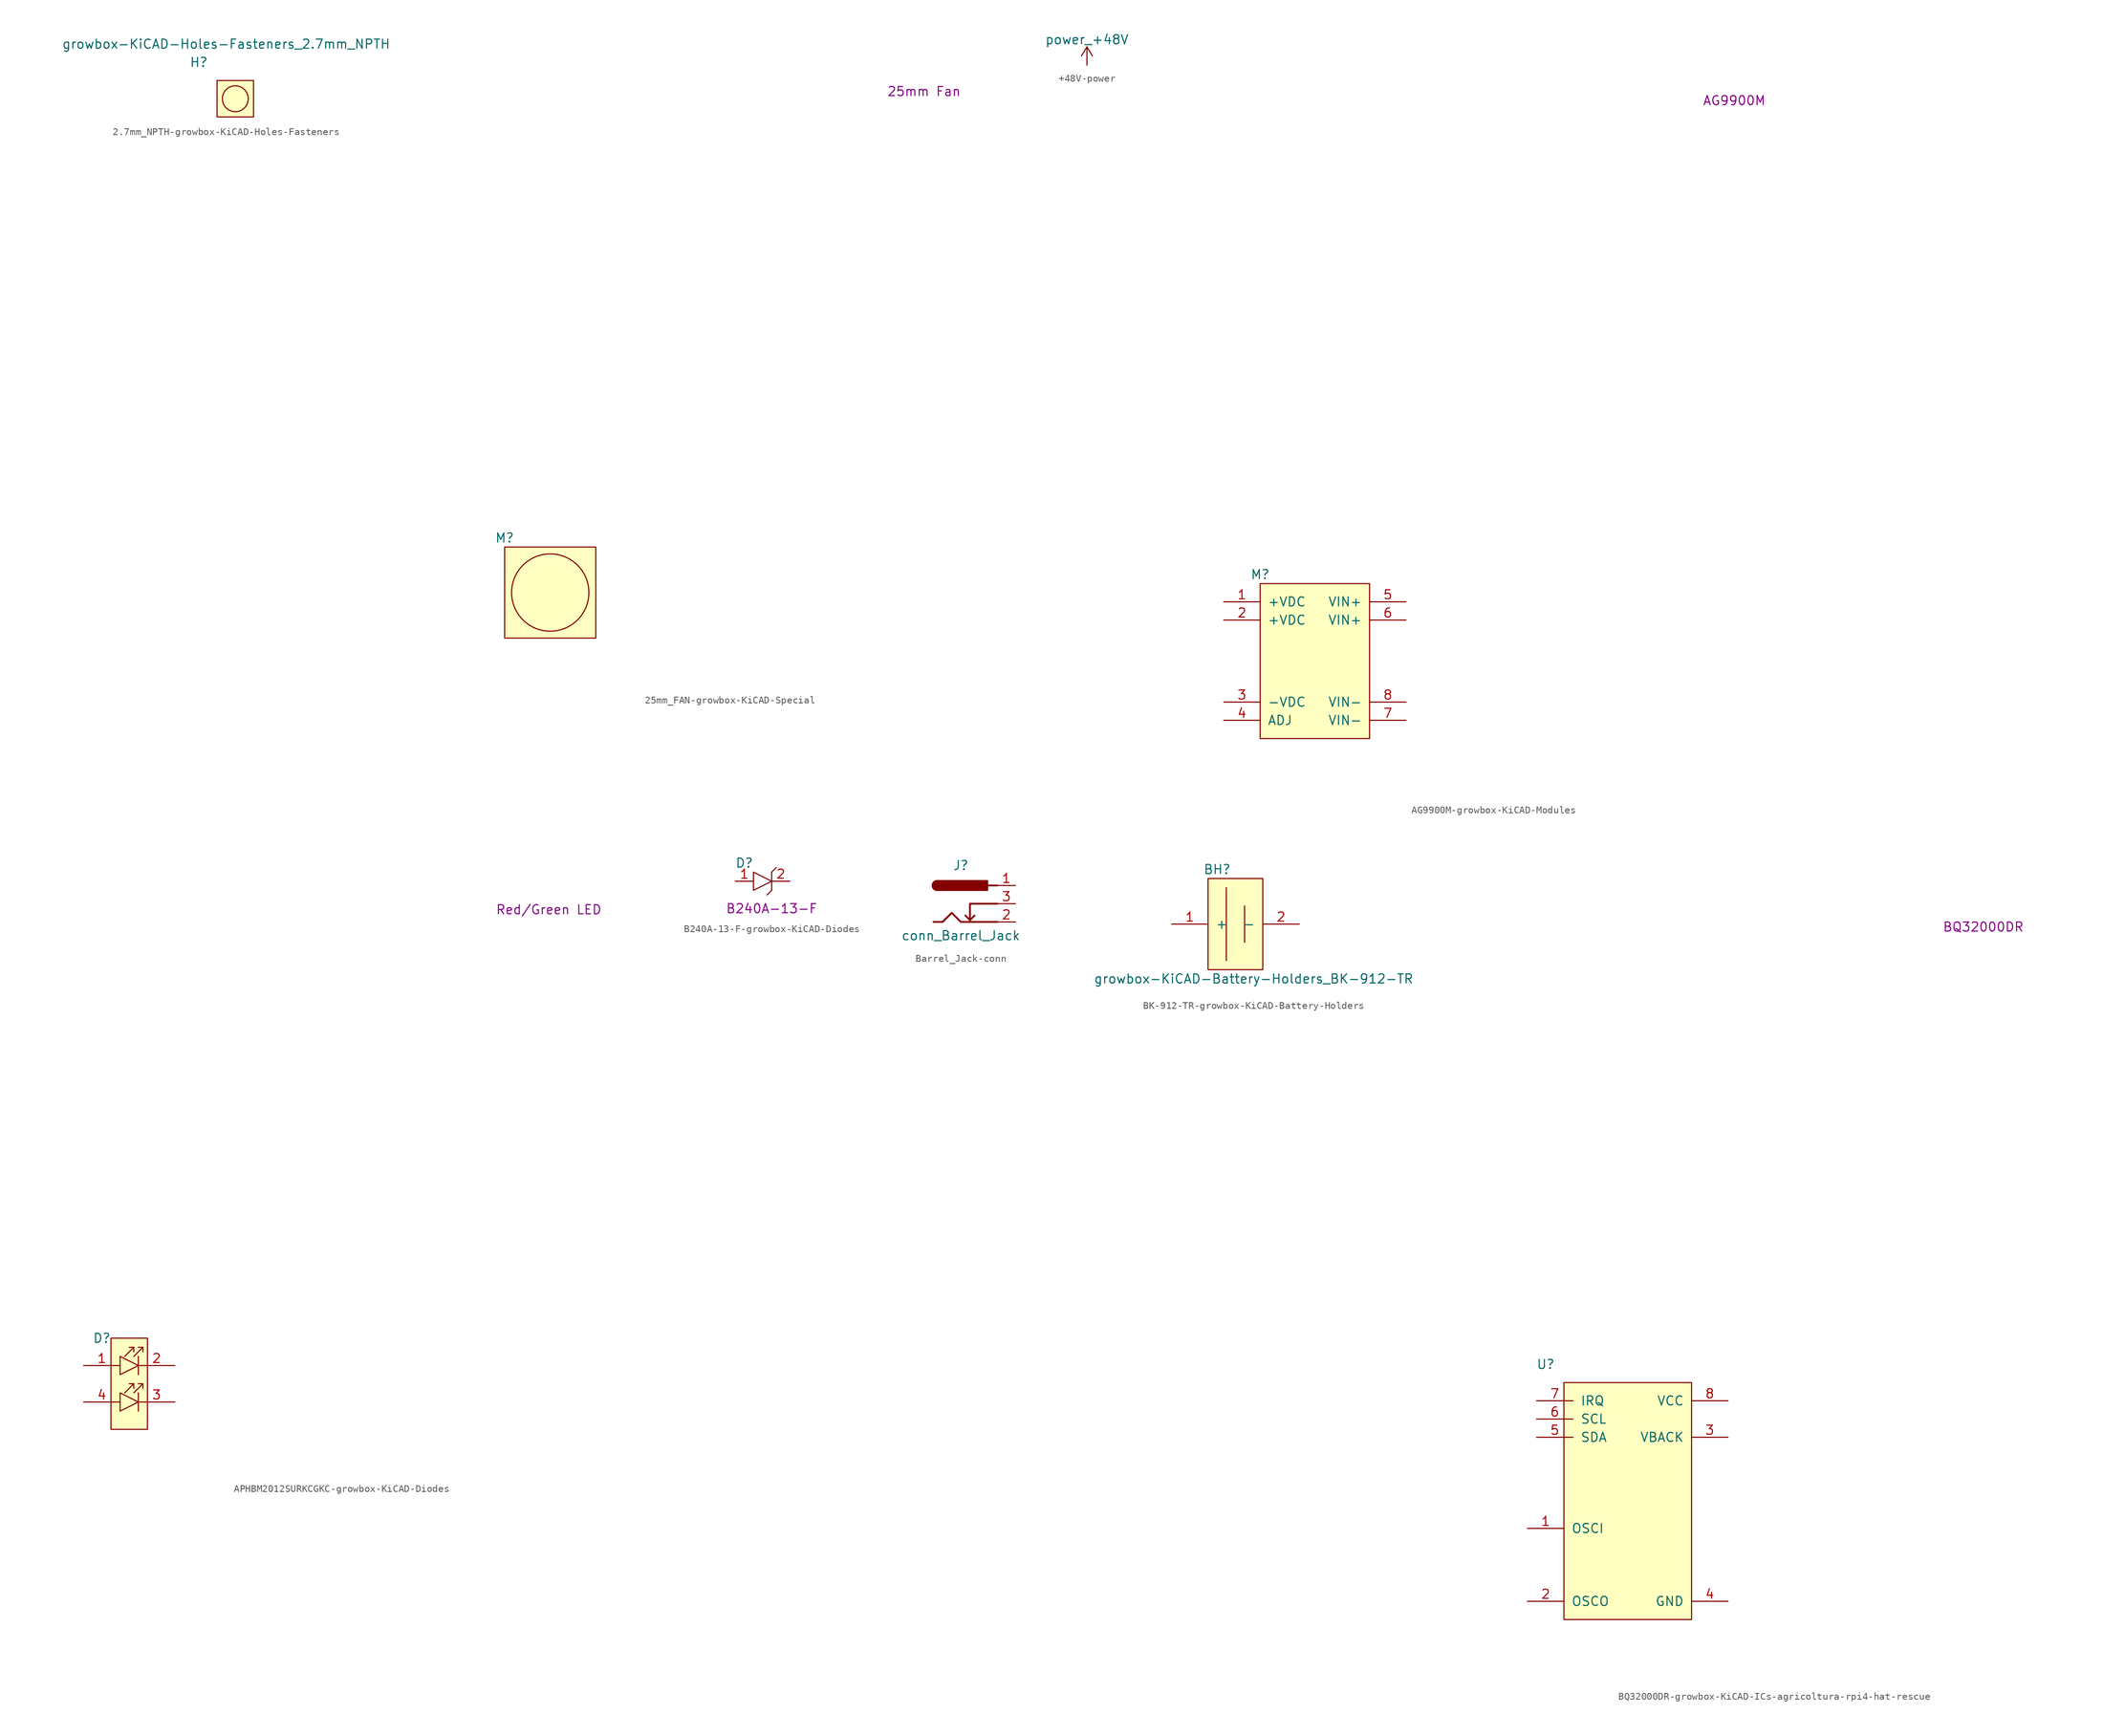
<source format=kicad_sym>
(kicad_symbol_lib
  (version 20231120)
  (generator "kicad_symbol_editor")
  (generator_version "8.0")
  (symbol "2.7mm_NPTH-growbox-KiCAD-Holes-Fasteners"
    (pin_names
      (offset 1.016))
    (property "Reference" "H"
      (at -2.54 2.54 0)
      (effects (font (size 1.27 1.27))))
    (property "Value" "growbox-KiCAD-Holes-Fasteners_2.7mm_NPTH"
      (at 1.27 5.08 0)
      (effects (font (size 1.27 1.27))))
    (symbol "2.7mm_NPTH-growbox-KiCAD-Holes-Fasteners_0_1"
      (rectangle (start 0 0) (end 5.08 -5.08) (stroke (width 0) (type solid)) (fill (type background)))
      (circle (center 2.54 -2.54) (radius 1.803) (stroke (width 0) (type solid)) (fill (type none)))))
  (symbol "25mm_FAN-growbox-KiCAD-Special"
    (pin_names
      (offset 1.016))
    (property "Reference" "M"
      (at 0 1.27 0)
      (effects (font (size 1.27 1.27))))
    (property "_Value_" "25mm Fan"
      (at 58.42 63.5 0)
      (effects (font (size 1.27 1.27))))
    (symbol "25mm_FAN-growbox-KiCAD-Special_0_1"
      (rectangle (start 0 0) (end 12.7 -12.7) (stroke (width 0) (type solid)) (fill (type background)))
      (circle (center 6.35 -6.35) (radius 5.385) (stroke (width 0) (type solid)) (fill (type none)))))
  (symbol "+48V-power"
    (power)
    (pin_names
      (offset 0))
    (property "Reference" "#PWR"
      (at 0 -3.81 0)
      (effects (font (size 1.27 1.27)) (hide yes)))
    (property "Value" "power_+48V"
      (at 0 3.556 0)
      (effects (font (size 1.27 1.27))))
    (symbol "+48V-power_0_1"
      (polyline (pts (xy -0.762 1.27) (xy 0 2.54)) (stroke (width 0) (type solid)) (fill (type none)))
      (polyline (pts (xy 0 0) (xy 0 2.54)) (stroke (width 0) (type solid)) (fill (type none)))
      (polyline (pts (xy 0 2.54) (xy 0.762 1.27)) (stroke (width 0) (type solid)) (fill (type none))))
    (symbol "+48V-power_1_1"
      (pin power_in line (at 0 0 90) (length 0) hide (name "+48V" (effects (font (size 1.27 1.27)))) (number "1" (effects (font (size 1.27 1.27)))))))
  (symbol "AG9900M-growbox-KiCAD-Modules"
    (pin_names
      (offset 1.016))
    (property "Reference" "M"
      (at -7.62 -2.54 0)
      (effects (font (size 1.27 1.27))))
    (property "_Value_" "AG9900M"
      (at 58.42 63.5 0)
      (effects (font (size 1.27 1.27))))
    (symbol "AG9900M-growbox-KiCAD-Modules_0_1"
      (rectangle (start -7.62 -3.81) (end 7.62 -25.4) (stroke (width 0) (type solid)) (fill (type background))))
    (symbol "AG9900M-growbox-KiCAD-Modules_1_1"
      (pin power_out line (at -12.7 -6.35 0) (length 5.08) (name "+VDC" (effects (font (size 1.27 1.27)))) (number "1" (effects (font (size 1.27 1.27)))))
      (pin power_out line (at -12.7 -8.89 0) (length 5.08) (name "+VDC" (effects (font (size 1.27 1.27)))) (number "2" (effects (font (size 1.27 1.27)))))
      (pin power_in line (at -12.7 -20.32 0) (length 5.08) (name "-VDC" (effects (font (size 1.27 1.27)))) (number "3" (effects (font (size 1.27 1.27)))))
      (pin input line (at -12.7 -22.86 0) (length 5.08) (name "ADJ" (effects (font (size 1.27 1.27)))) (number "4" (effects (font (size 1.27 1.27)))))
      (pin power_in line (at 12.7 -6.35 180) (length 5.08) (name "VIN+" (effects (font (size 1.27 1.27)))) (number "5" (effects (font (size 1.27 1.27)))))
      (pin power_in line (at 12.7 -8.89 180) (length 5.08) (name "VIN+" (effects (font (size 1.27 1.27)))) (number "6" (effects (font (size 1.27 1.27)))))
      (pin power_in line (at 12.7 -22.86 180) (length 5.08) (name "VIN-" (effects (font (size 1.27 1.27)))) (number "7" (effects (font (size 1.27 1.27)))))
      (pin power_in line (at 12.7 -20.32 180) (length 5.08) (name "VIN-" (effects (font (size 1.27 1.27)))) (number "8" (effects (font (size 1.27 1.27)))))))
  (symbol "APHBM2012SURKCGKC-growbox-KiCAD-Diodes"
    (pin_names
      (offset 1.016))
    (property "Reference" "D"
      (at -3.81 3.81 0)
      (effects (font (size 1.27 1.27))))
    (property "_Value_" "Red/Green LED"
      (at 58.42 63.5 0)
      (effects (font (size 1.27 1.27))))
    (symbol "APHBM2012SURKCGKC-growbox-KiCAD-Diodes_0_1"
      (rectangle (start -2.54 3.81) (end 2.54 -8.89) (stroke (width 0) (type solid)) (fill (type background)))
      (polyline (pts (xy -0.635 1.27) (xy 0.635 2.54)) (stroke (width 0) (type solid)) (fill (type none)))
      (polyline (pts (xy 0.635 2.54) (xy 0 2.54)) (stroke (width 0) (type solid)) (fill (type none)))
      (polyline (pts (xy 0.635 2.54) (xy 0.635 1.905)) (stroke (width 0) (type solid)) (fill (type none)))
      (polyline (pts (xy 1.27 -1.27) (xy 1.27 1.27)) (stroke (width 0) (type solid)) (fill (type none)))
      (polyline (pts (xy 1.905 2.54) (xy 1.905 1.905)) (stroke (width 0) (type solid)) (fill (type none)))
      (polyline (pts (xy 0.635 1.27) (xy 1.905 2.54) (xy 1.27 2.54)) (stroke (width 0) (type solid)) (fill (type none)))
      (polyline (pts (xy -1.27 1.27) (xy -1.27 -1.27) (xy 1.27 0) (xy -1.27 1.27)) (stroke (width 0) (type solid)) (fill (type none))))
    (symbol "APHBM2012SURKCGKC-growbox-KiCAD-Diodes_1_1"
      (polyline (pts (xy -0.635 -3.81) (xy 0.635 -2.54)) (stroke (width 0) (type solid)) (fill (type none)))
      (polyline (pts (xy 0.635 -2.54) (xy 0 -2.54)) (stroke (width 0) (type solid)) (fill (type none)))
      (polyline (pts (xy 0.635 -2.54) (xy 0.635 -3.175)) (stroke (width 0) (type solid)) (fill (type none)))
      (polyline (pts (xy 1.27 -6.35) (xy 1.27 -3.81)) (stroke (width 0) (type solid)) (fill (type none)))
      (polyline (pts (xy 1.905 -2.54) (xy 1.905 -3.175)) (stroke (width 0) (type solid)) (fill (type none)))
      (polyline (pts (xy 0.635 -3.81) (xy 1.905 -2.54) (xy 1.27 -2.54)) (stroke (width 0) (type solid)) (fill (type none)))
      (polyline (pts (xy -1.27 -3.81) (xy -1.27 -6.35) (xy 1.27 -5.08) (xy -1.27 -3.81)) (stroke (width 0) (type solid)) (fill (type none)))
      (pin passive line (at -6.35 0 0) (length 5.08) (name "~" (effects (font (size 1.27 1.27)))) (number "1" (effects (font (size 1.27 1.27)))))
      (pin passive line (at 6.35 0 180) (length 5.08) (name "~" (effects (font (size 1.27 1.27)))) (number "2" (effects (font (size 1.27 1.27)))))
      (pin passive line (at 6.35 -5.08 180) (length 5.08) (name "~" (effects (font (size 1.27 1.27)))) (number "3" (effects (font (size 1.27 1.27)))))
      (pin passive line (at -6.35 -5.08 0) (length 5.08) (name "~" (effects (font (size 1.27 1.27)))) (number "4" (effects (font (size 1.27 1.27)))))))
  (symbol "B240A-13-F-growbox-KiCAD-Diodes"
    (pin_names
      (offset 1.016))
    (property "Reference" "D"
      (at -2.54 2.54 0)
      (effects (font (size 1.27 1.27))))
    (property "_Value_" "B240A-13-F"
      (at 1.27 -3.81 0)
      (effects (font (size 1.27 1.27))))
    (symbol "B240A-13-F-growbox-KiCAD-Diodes_0_1"
      (polyline (pts (xy 1.27 -1.27) (xy 0.635 -1.905)) (stroke (width 0) (type solid)) (fill (type none)))
      (polyline (pts (xy 1.27 1.27) (xy 1.27 -1.27)) (stroke (width 0) (type solid)) (fill (type none)))
      (polyline (pts (xy 1.27 1.27) (xy 1.905 1.905)) (stroke (width 0) (type solid)) (fill (type none)))
      (polyline (pts (xy -1.27 1.27) (xy -1.27 -1.27) (xy 1.27 0) (xy -1.27 1.27)) (stroke (width 0) (type solid)) (fill (type none))))
    (symbol "B240A-13-F-growbox-KiCAD-Diodes_1_1"
      (pin passive line (at -3.81 0 0) (length 2.54) (name "~" (effects (font (size 1.27 1.27)))) (number "1" (effects (font (size 1.27 1.27)))))
      (pin passive line (at 3.81 0 180) (length 2.54) (name "~" (effects (font (size 1.27 1.27)))) (number "2" (effects (font (size 1.27 1.27)))))))
  (symbol "Barrel_Jack-conn"
    (pin_names
      (offset 1.016))
    (property "Reference" "J"
      (at 0 5.334 0)
      (effects (font (size 1.27 1.27))))
    (property "Value" "conn_Barrel_Jack"
      (at 0 -4.445 0)
      (effects (font (size 1.27 1.27))))
    (symbol "Barrel_Jack-conn_0_1"
      (arc (start -3.302 3.175) (mid -3.937 2.54) (end -3.302 1.905) (stroke (width 0.254) (type solid)) (fill (type none)))
      (arc (start -3.302 3.175) (mid -3.937 2.54) (end -3.302 1.905) (stroke (width 0.254) (type solid)) (fill (type outline)))
      (polyline (pts (xy 1.27 -2.286) (xy 1.905 -1.651)) (stroke (width 0.254) (type solid)) (fill (type none)))
      (polyline (pts (xy 5.08 2.54) (xy 3.81 2.54)) (stroke (width 0.254) (type solid)) (fill (type none)))
      (polyline (pts (xy 5.08 0) (xy 1.27 0) (xy 1.27 -2.286) (xy 0.635 -1.651)) (stroke (width 0.254) (type solid)) (fill (type none)))
      (polyline (pts (xy -3.81 -2.54) (xy -2.54 -2.54) (xy -1.27 -1.27) (xy 0 -2.54) (xy 2.54 -2.54) (xy 5.08 -2.54)) (stroke (width 0.254) (type solid)) (fill (type none)))
      (rectangle (start 3.683 3.175) (end -3.302 1.905) (stroke (width 0.254) (type solid)) (fill (type outline))))
    (symbol "Barrel_Jack-conn_1_1"
      (pin passive line (at 7.62 2.54 180) (length 2.54) (name "~" (effects (font (size 1.27 1.27)))) (number "1" (effects (font (size 1.27 1.27)))))
      (pin passive line (at 7.62 -2.54 180) (length 2.54) (name "~" (effects (font (size 1.27 1.27)))) (number "2" (effects (font (size 1.27 1.27)))))
      (pin passive line (at 7.62 0 180) (length 2.54) (name "~" (effects (font (size 1.27 1.27)))) (number "3" (effects (font (size 1.27 1.27)))))))
  (symbol "BK-912-TR-growbox-KiCAD-Battery-Holders"
    (pin_names
      (offset 1.016))
    (property "Reference" "BH"
      (at -2.54 6.35 0)
      (effects (font (size 1.27 1.27))))
    (property "Value" "growbox-KiCAD-Battery-Holders_BK-912-TR"
      (at 2.54 -8.89 0)
      (effects (font (size 1.27 1.27))))
    (symbol "BK-912-TR-growbox-KiCAD-Battery-Holders_0_1"
      (rectangle (start -3.81 5.08) (end 3.81 -7.62) (stroke (width 0) (type solid)) (fill (type background)))
      (polyline (pts (xy -1.27 3.81) (xy -1.27 -6.35)) (stroke (width 0) (type solid)) (fill (type none)))
      (polyline (pts (xy 1.27 1.27) (xy 1.27 -3.81)) (stroke (width 0) (type solid)) (fill (type none))))
    (symbol "BK-912-TR-growbox-KiCAD-Battery-Holders_1_1"
      (pin power_out line (at -8.89 -1.27 0) (length 5.08) (name "+" (effects (font (size 1.27 1.27)))) (number "1" (effects (font (size 1.27 1.27)))))
      (pin passive line (at 8.89 -1.27 180) (length 5.08) (name "-" (effects (font (size 1.27 1.27)))) (number "2" (effects (font (size 1.27 1.27)))))))
  (symbol "BQ32000DR-growbox-KiCAD-ICs-agricoltura-rpi4-hat-rescue"
    (pin_names
      (offset 1.016))
    (property "Reference" "U"
      (at -2.54 2.54 0)
      (effects (font (size 1.27 1.27))))
    (property "_Value_" "BQ32000DR"
      (at 58.42 63.5 0)
      (effects (font (size 1.27 1.27))))
    (symbol "BQ32000DR-growbox-KiCAD-ICs-agricoltura-rpi4-hat-rescue_0_1"
      (rectangle (start 0 0) (end 17.78 -33.02) (stroke (width 0) (type solid)) (fill (type background))))
    (symbol "BQ32000DR-growbox-KiCAD-ICs-agricoltura-rpi4-hat-rescue_1_1"
      (pin input line (at -5.08 -20.32 0) (length 5.08) (name "OSCI" (effects (font (size 1.27 1.27)))) (number "1" (effects (font (size 1.27 1.27)))))
      (pin output line (at -5.08 -30.48 0) (length 5.08) (name "OSCO" (effects (font (size 1.27 1.27)))) (number "2" (effects (font (size 1.27 1.27)))))
      (pin power_in line (at 22.86 -7.62 180) (length 5.08) (name "VBACK" (effects (font (size 1.27 1.27)))) (number "3" (effects (font (size 1.27 1.27)))))
      (pin passive line (at 22.86 -30.48 180) (length 5.08) (name "GND" (effects (font (size 1.27 1.27)))) (number "4" (effects (font (size 1.27 1.27)))))
      (pin bidirectional line (at -3.81 -7.62 0) (length 5.08) (name "SDA" (effects (font (size 1.27 1.27)))) (number "5" (effects (font (size 1.27 1.27)))))
      (pin input line (at -3.81 -5.08 0) (length 5.08) (name "SCL" (effects (font (size 1.27 1.27)))) (number "6" (effects (font (size 1.27 1.27)))))
      (pin output line (at -3.81 -2.54 0) (length 5.08) (name "IRQ" (effects (font (size 1.27 1.27)))) (number "7" (effects (font (size 1.27 1.27)))))
      (pin power_in line (at 22.86 -2.54 180) (length 5.08) (name "VCC" (effects (font (size 1.27 1.27)))) (number "8" (effects (font (size 1.27 1.27))))))))
</source>
